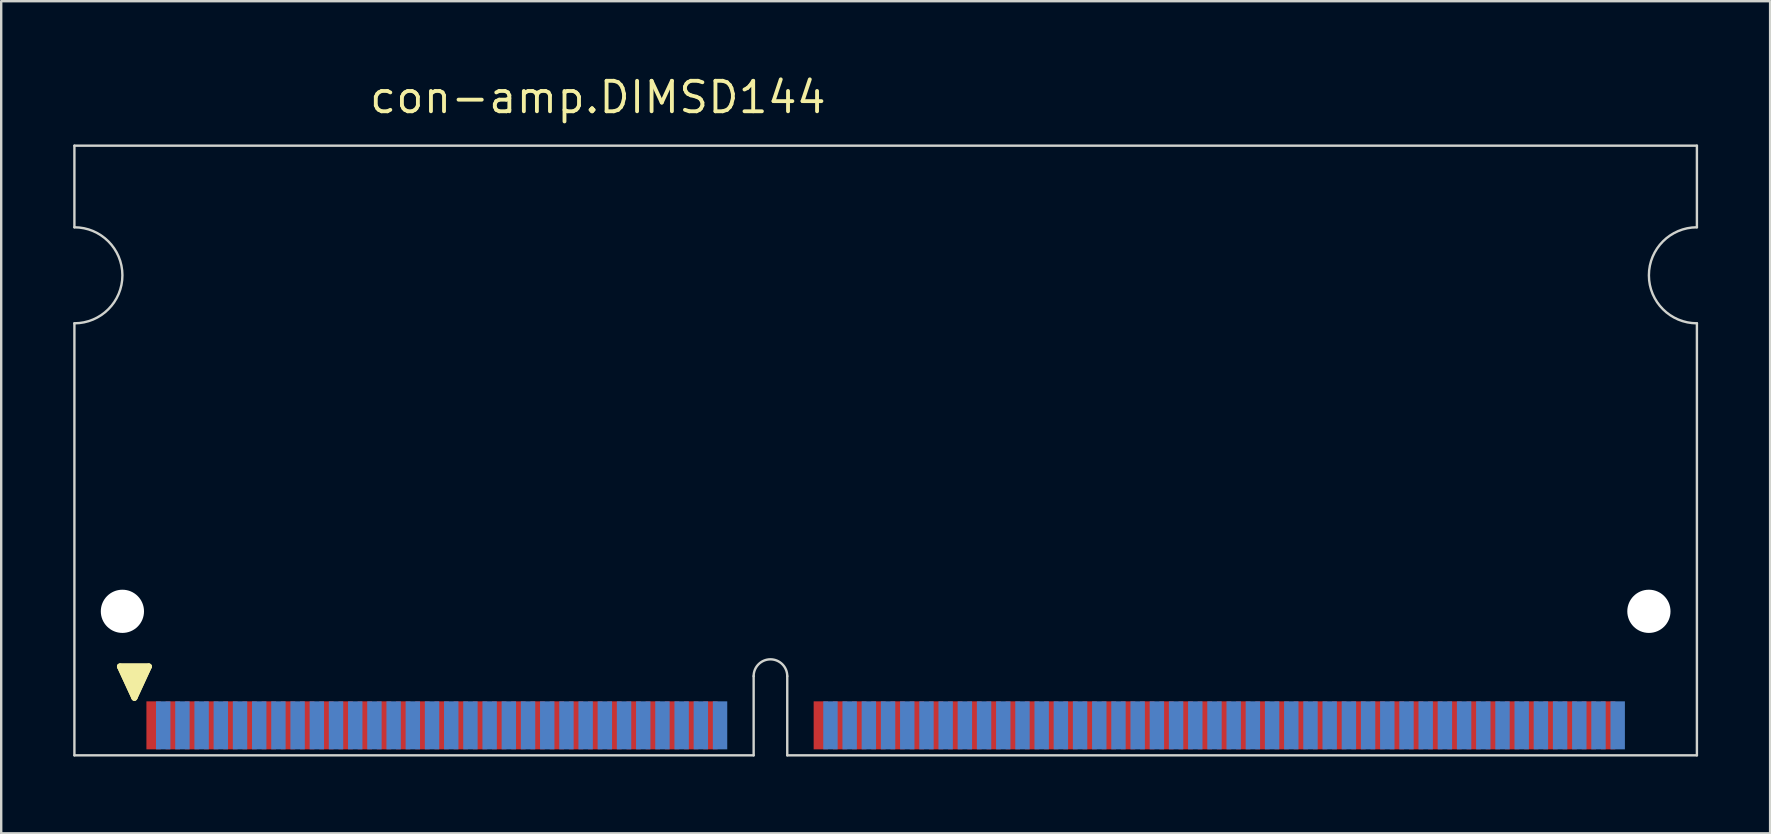
<source format=kicad_pcb>
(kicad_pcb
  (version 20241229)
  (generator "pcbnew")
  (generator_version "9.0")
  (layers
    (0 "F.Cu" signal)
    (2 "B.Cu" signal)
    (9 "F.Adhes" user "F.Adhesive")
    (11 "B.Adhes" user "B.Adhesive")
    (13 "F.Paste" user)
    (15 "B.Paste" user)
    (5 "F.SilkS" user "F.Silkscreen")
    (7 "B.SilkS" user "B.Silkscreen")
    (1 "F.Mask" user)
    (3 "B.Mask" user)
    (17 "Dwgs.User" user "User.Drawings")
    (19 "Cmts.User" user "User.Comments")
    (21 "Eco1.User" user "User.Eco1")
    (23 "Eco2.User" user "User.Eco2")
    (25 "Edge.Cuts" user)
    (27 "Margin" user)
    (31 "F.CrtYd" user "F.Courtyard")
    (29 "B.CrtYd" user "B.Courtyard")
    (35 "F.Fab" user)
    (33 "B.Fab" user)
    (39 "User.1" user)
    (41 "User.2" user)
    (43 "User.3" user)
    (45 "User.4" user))
  (footprint "con-amp.DIMSD144"
    (layer "F.Cu")
    (at 33.85 28.42)
    (property "Reference" "con-amp.DIMSD144" (at -21.59 -26.67 0) (layer "F.SilkS") (effects (font (size 1.27 1.27) (thickness 0.16)) (justify left bottom)))
    (attr smd)
    (fp_line (start -31.9 -3.7) (end -30.7 -3.7) (stroke (width 0.254) (type default)) (layer "F.SilkS"))
    (fp_line (start -31.3 -2.4) (end -31.9 -3.7) (stroke (width 0.254) (type default)) (layer "F.SilkS"))
    (fp_line (start -30.7 -3.7) (end -31.3 -2.4) (stroke (width 0.254) (type default)) (layer "F.SilkS"))
    (fp_poly (pts (xy -31.3 -2.4) (xy -31.9 -3.7) (xy -30.7 -3.7)) (stroke (width 0.254) (type default)) (fill yes) (layer "F.SilkS"))
    (fp_line (start -33.8 -25.4) (end -33.8 -22) (stroke (width 0.1) (type default)) (layer "Edge.Cuts"))
    (fp_line (start -33.8 -18) (end -33.8 0) (stroke (width 0.1) (type default)) (layer "Edge.Cuts"))
    (fp_line (start -33.8 0) (end -5.5 0) (stroke (width 0.1) (type default)) (layer "Edge.Cuts"))
    (fp_line (start -5.5 0) (end -5.5 -3.3) (stroke (width 0.1) (type default)) (layer "Edge.Cuts"))
    (fp_line (start -4.1 0) (end -4.1 -3.3) (stroke (width 0.1) (type default)) (layer "Edge.Cuts"))
    (fp_line (start -4.1 0) (end 33.8 0) (stroke (width 0.1) (type default)) (layer "Edge.Cuts"))
    (fp_line (start 33.8 -25.4) (end -33.8 -25.4) (stroke (width 0.1) (type default)) (layer "Edge.Cuts"))
    (fp_line (start 33.8 -22) (end 33.8 -25.4) (stroke (width 0.1) (type default)) (layer "Edge.Cuts"))
    (fp_line (start 33.8 0) (end 33.8 -18) (stroke (width 0.1) (type default)) (layer "Edge.Cuts"))
    (fp_arc (start -33.8 -22) (mid -31.8 -20) (end -33.8 -18) (stroke (width 0.1) (type default)) (layer "Edge.Cuts"))
    (fp_arc (start -5.5 -3.3) (mid -4.8 -4) (end -4.1 -3.3) (stroke (width 0.1) (type default)) (layer "Edge.Cuts"))
    (fp_arc (start 33.8 -18) (mid 31.8 -20) (end 33.8 -22) (stroke (width 0.1) (type default)) (layer "Edge.Cuts"))
    (pad "" np_thru_hole circle (at -31.8 -6) (size 1.8 1.8) (drill 1.8) (layers "*.Cu" "*.Mask"))
    (pad "" np_thru_hole circle (at 31.8 -6) (size 1.8 1.8) (drill 1.8) (layers "*.Cu" "*.Mask"))
    (pad "1" smd roundrect (at -30.5 -1.25) (size 0.6 2) (layers "F.Cu" "F.Mask" "F.Paste") (roundrect_rratio 0.01))
    (pad "2" smd roundrect (at -29.7 -1.25) (size 0.6 2) (layers "F.Cu" "F.Mask" "F.Paste") (roundrect_rratio 0.01))
    (pad "3" smd roundrect (at -28.9 -1.25) (size 0.6 2) (layers "F.Cu" "F.Mask" "F.Paste") (roundrect_rratio 0.01))
    (pad "4" smd roundrect (at -28.1 -1.25) (size 0.6 2) (layers "F.Cu" "F.Mask" "F.Paste") (roundrect_rratio 0.01))
    (pad "5" smd roundrect (at -27.3 -1.25) (size 0.6 2) (layers "F.Cu" "F.Mask" "F.Paste") (roundrect_rratio 0.01))
    (pad "6" smd roundrect (at -26.5 -1.25) (size 0.6 2) (layers "F.Cu" "F.Mask" "F.Paste") (roundrect_rratio 0.01))
    (pad "7" smd roundrect (at -25.7 -1.25) (size 0.6 2) (layers "F.Cu" "F.Mask" "F.Paste") (roundrect_rratio 0.01))
    (pad "8" smd roundrect (at -24.9 -1.25) (size 0.6 2) (layers "F.Cu" "F.Mask" "F.Paste") (roundrect_rratio 0.01))
    (pad "9" smd roundrect (at -24.1 -1.25) (size 0.6 2) (layers "F.Cu" "F.Mask" "F.Paste") (roundrect_rratio 0.01))
    (pad "10" smd roundrect (at -23.3 -1.25) (size 0.6 2) (layers "F.Cu" "F.Mask" "F.Paste") (roundrect_rratio 0.01))
    (pad "11" smd roundrect (at -22.5 -1.25) (size 0.6 2) (layers "F.Cu" "F.Mask" "F.Paste") (roundrect_rratio 0.01))
    (pad "12" smd roundrect (at -21.7 -1.25) (size 0.6 2) (layers "F.Cu" "F.Mask" "F.Paste") (roundrect_rratio 0.01))
    (pad "13" smd roundrect (at -20.9 -1.25) (size 0.6 2) (layers "F.Cu" "F.Mask" "F.Paste") (roundrect_rratio 0.01))
    (pad "14" smd roundrect (at -20.1 -1.25) (size 0.6 2) (layers "F.Cu" "F.Mask" "F.Paste") (roundrect_rratio 0.01))
    (pad "15" smd roundrect (at -19.3 -1.25) (size 0.6 2) (layers "F.Cu" "F.Mask" "F.Paste") (roundrect_rratio 0.01))
    (pad "16" smd roundrect (at -18.5 -1.25) (size 0.6 2) (layers "F.Cu" "F.Mask" "F.Paste") (roundrect_rratio 0.01))
    (pad "17" smd roundrect (at -17.7 -1.25) (size 0.6 2) (layers "F.Cu" "F.Mask" "F.Paste") (roundrect_rratio 0.01))
    (pad "18" smd roundrect (at -16.9 -1.25) (size 0.6 2) (layers "F.Cu" "F.Mask" "F.Paste") (roundrect_rratio 0.01))
    (pad "19" smd roundrect (at -16.1 -1.25) (size 0.6 2) (layers "F.Cu" "F.Mask" "F.Paste") (roundrect_rratio 0.01))
    (pad "20" smd roundrect (at -15.3 -1.25) (size 0.6 2) (layers "F.Cu" "F.Mask" "F.Paste") (roundrect_rratio 0.01))
    (pad "21" smd roundrect (at -14.5 -1.25) (size 0.6 2) (layers "F.Cu" "F.Mask" "F.Paste") (roundrect_rratio 0.01))
    (pad "22" smd roundrect (at -13.7 -1.25) (size 0.6 2) (layers "F.Cu" "F.Mask" "F.Paste") (roundrect_rratio 0.01))
    (pad "23" smd roundrect (at -12.9 -1.25) (size 0.6 2) (layers "F.Cu" "F.Mask" "F.Paste") (roundrect_rratio 0.01))
    (pad "24" smd roundrect (at -12.1 -1.25) (size 0.6 2) (layers "F.Cu" "F.Mask" "F.Paste") (roundrect_rratio 0.01))
    (pad "25" smd roundrect (at -11.3 -1.25) (size 0.6 2) (layers "F.Cu" "F.Mask" "F.Paste") (roundrect_rratio 0.01))
    (pad "26" smd roundrect (at -10.5 -1.25) (size 0.6 2) (layers "F.Cu" "F.Mask" "F.Paste") (roundrect_rratio 0.01))
    (pad "27" smd roundrect (at -9.7 -1.25) (size 0.6 2) (layers "F.Cu" "F.Mask" "F.Paste") (roundrect_rratio 0.01))
    (pad "28" smd roundrect (at -8.9 -1.25) (size 0.6 2) (layers "F.Cu" "F.Mask" "F.Paste") (roundrect_rratio 0.01))
    (pad "29" smd roundrect (at -8.1 -1.25) (size 0.6 2) (layers "F.Cu" "F.Mask" "F.Paste") (roundrect_rratio 0.01))
    (pad "30" smd roundrect (at -7.3 -1.25) (size 0.6 2) (layers "F.Cu" "F.Mask" "F.Paste") (roundrect_rratio 0.01))
    (pad "31" smd roundrect (at -2.7 -1.25) (size 0.6 2) (layers "F.Cu" "F.Mask" "F.Paste") (roundrect_rratio 0.01))
    (pad "32" smd roundrect (at -1.9 -1.25) (size 0.6 2) (layers "F.Cu" "F.Mask" "F.Paste") (roundrect_rratio 0.01))
    (pad "33" smd roundrect (at -1.1 -1.25) (size 0.6 2) (layers "F.Cu" "F.Mask" "F.Paste") (roundrect_rratio 0.01))
    (pad "34" smd roundrect (at -0.3 -1.25) (size 0.6 2) (layers "F.Cu" "F.Mask" "F.Paste") (roundrect_rratio 0.01))
    (pad "35" smd roundrect (at 0.5 -1.25) (size 0.6 2) (layers "F.Cu" "F.Mask" "F.Paste") (roundrect_rratio 0.01))
    (pad "36" smd roundrect (at 1.3 -1.25) (size 0.6 2) (layers "F.Cu" "F.Mask" "F.Paste") (roundrect_rratio 0.01))
    (pad "37" smd roundrect (at 2.1 -1.25) (size 0.6 2) (layers "F.Cu" "F.Mask" "F.Paste") (roundrect_rratio 0.01))
    (pad "38" smd roundrect (at 2.9 -1.25) (size 0.6 2) (layers "F.Cu" "F.Mask" "F.Paste") (roundrect_rratio 0.01))
    (pad "39" smd roundrect (at 3.7 -1.25) (size 0.6 2) (layers "F.Cu" "F.Mask" "F.Paste") (roundrect_rratio 0.01))
    (pad "40" smd roundrect (at 4.5 -1.25) (size 0.6 2) (layers "F.Cu" "F.Mask" "F.Paste") (roundrect_rratio 0.01))
    (pad "41" smd roundrect (at 5.3 -1.25) (size 0.6 2) (layers "F.Cu" "F.Mask" "F.Paste") (roundrect_rratio 0.01))
    (pad "42" smd roundrect (at 6.1 -1.25) (size 0.6 2) (layers "F.Cu" "F.Mask" "F.Paste") (roundrect_rratio 0.01))
    (pad "43" smd roundrect (at 6.9 -1.25) (size 0.6 2) (layers "F.Cu" "F.Mask" "F.Paste") (roundrect_rratio 0.01))
    (pad "44" smd roundrect (at 7.7 -1.25) (size 0.6 2) (layers "F.Cu" "F.Mask" "F.Paste") (roundrect_rratio 0.01))
    (pad "45" smd roundrect (at 8.5 -1.25) (size 0.6 2) (layers "F.Cu" "F.Mask" "F.Paste") (roundrect_rratio 0.01))
    (pad "46" smd roundrect (at 9.3 -1.25) (size 0.6 2) (layers "F.Cu" "F.Mask" "F.Paste") (roundrect_rratio 0.01))
    (pad "47" smd roundrect (at 10.1 -1.25) (size 0.6 2) (layers "F.Cu" "F.Mask" "F.Paste") (roundrect_rratio 0.01))
    (pad "48" smd roundrect (at 10.9 -1.25) (size 0.6 2) (layers "F.Cu" "F.Mask" "F.Paste") (roundrect_rratio 0.01))
    (pad "49" smd roundrect (at 11.7 -1.25) (size 0.6 2) (layers "F.Cu" "F.Mask" "F.Paste") (roundrect_rratio 0.01))
    (pad "50" smd roundrect (at 12.5 -1.25) (size 0.6 2) (layers "F.Cu" "F.Mask" "F.Paste") (roundrect_rratio 0.01))
    (pad "51" smd roundrect (at 13.3 -1.25) (size 0.6 2) (layers "F.Cu" "F.Mask" "F.Paste") (roundrect_rratio 0.01))
    (pad "52" smd roundrect (at 14.1 -1.25) (size 0.6 2) (layers "F.Cu" "F.Mask" "F.Paste") (roundrect_rratio 0.01))
    (pad "53" smd roundrect (at 14.9 -1.25) (size 0.6 2) (layers "F.Cu" "F.Mask" "F.Paste") (roundrect_rratio 0.01))
    (pad "54" smd roundrect (at 15.7 -1.25) (size 0.6 2) (layers "F.Cu" "F.Mask" "F.Paste") (roundrect_rratio 0.01))
    (pad "55" smd roundrect (at 16.5 -1.25) (size 0.6 2) (layers "F.Cu" "F.Mask" "F.Paste") (roundrect_rratio 0.01))
    (pad "56" smd roundrect (at 17.3 -1.25) (size 0.6 2) (layers "F.Cu" "F.Mask" "F.Paste") (roundrect_rratio 0.01))
    (pad "57" smd roundrect (at 18.1 -1.25) (size 0.6 2) (layers "F.Cu" "F.Mask" "F.Paste") (roundrect_rratio 0.01))
    (pad "58" smd roundrect (at 18.9 -1.25) (size 0.6 2) (layers "F.Cu" "F.Mask" "F.Paste") (roundrect_rratio 0.01))
    (pad "59" smd roundrect (at 19.7 -1.25) (size 0.6 2) (layers "F.Cu" "F.Mask" "F.Paste") (roundrect_rratio 0.01))
    (pad "60" smd roundrect (at 20.5 -1.25) (size 0.6 2) (layers "F.Cu" "F.Mask" "F.Paste") (roundrect_rratio 0.01))
    (pad "61" smd roundrect (at 21.3 -1.25) (size 0.6 2) (layers "F.Cu" "F.Mask" "F.Paste") (roundrect_rratio 0.01))
    (pad "62" smd roundrect (at 22.1 -1.25) (size 0.6 2) (layers "F.Cu" "F.Mask" "F.Paste") (roundrect_rratio 0.01))
    (pad "63" smd roundrect (at 22.9 -1.25) (size 0.6 2) (layers "F.Cu" "F.Mask" "F.Paste") (roundrect_rratio 0.01))
    (pad "64" smd roundrect (at 23.7 -1.25) (size 0.6 2) (layers "F.Cu" "F.Mask" "F.Paste") (roundrect_rratio 0.01))
    (pad "65" smd roundrect (at 24.5 -1.25) (size 0.6 2) (layers "F.Cu" "F.Mask" "F.Paste") (roundrect_rratio 0.01))
    (pad "66" smd roundrect (at 25.3 -1.25) (size 0.6 2) (layers "F.Cu" "F.Mask" "F.Paste") (roundrect_rratio 0.01))
    (pad "67" smd roundrect (at 26.1 -1.25) (size 0.6 2) (layers "F.Cu" "F.Mask" "F.Paste") (roundrect_rratio 0.01))
    (pad "68" smd roundrect (at 26.9 -1.25) (size 0.6 2) (layers "F.Cu" "F.Mask" "F.Paste") (roundrect_rratio 0.01))
    (pad "69" smd roundrect (at 27.7 -1.25) (size 0.6 2) (layers "F.Cu" "F.Mask" "F.Paste") (roundrect_rratio 0.01))
    (pad "70" smd roundrect (at 28.5 -1.25) (size 0.6 2) (layers "F.Cu" "F.Mask" "F.Paste") (roundrect_rratio 0.01))
    (pad "71" smd roundrect (at 29.3 -1.25) (size 0.6 2) (layers "F.Cu" "F.Mask" "F.Paste") (roundrect_rratio 0.01))
    (pad "72" smd roundrect (at 30.1 -1.25) (size 0.6 2) (layers "F.Cu" "F.Mask" "F.Paste") (roundrect_rratio 0.01))
    (pad "73" smd roundrect (at -30.1 -1.25) (size 0.6 2) (layers "B.Cu" "B.Mask" "B.Paste") (roundrect_rratio 0.01))
    (pad "74" smd roundrect (at -29.3 -1.25) (size 0.6 2) (layers "B.Cu" "B.Mask" "B.Paste") (roundrect_rratio 0.01))
    (pad "75" smd roundrect (at -28.5 -1.25) (size 0.6 2) (layers "B.Cu" "B.Mask" "B.Paste") (roundrect_rratio 0.01))
    (pad "76" smd roundrect (at -27.7 -1.25) (size 0.6 2) (layers "B.Cu" "B.Mask" "B.Paste") (roundrect_rratio 0.01))
    (pad "77" smd roundrect (at -26.9 -1.25) (size 0.6 2) (layers "B.Cu" "B.Mask" "B.Paste") (roundrect_rratio 0.01))
    (pad "78" smd roundrect (at -26.1 -1.25) (size 0.6 2) (layers "B.Cu" "B.Mask" "B.Paste") (roundrect_rratio 0.01))
    (pad "79" smd roundrect (at -25.3 -1.25) (size 0.6 2) (layers "B.Cu" "B.Mask" "B.Paste") (roundrect_rratio 0.01))
    (pad "80" smd roundrect (at -24.5 -1.25) (size 0.6 2) (layers "B.Cu" "B.Mask" "B.Paste") (roundrect_rratio 0.01))
    (pad "81" smd roundrect (at -23.7 -1.25) (size 0.6 2) (layers "B.Cu" "B.Mask" "B.Paste") (roundrect_rratio 0.01))
    (pad "82" smd roundrect (at -22.9 -1.25) (size 0.6 2) (layers "B.Cu" "B.Mask" "B.Paste") (roundrect_rratio 0.01))
    (pad "83" smd roundrect (at -22.1 -1.25) (size 0.6 2) (layers "B.Cu" "B.Mask" "B.Paste") (roundrect_rratio 0.01))
    (pad "84" smd roundrect (at -21.3 -1.25) (size 0.6 2) (layers "B.Cu" "B.Mask" "B.Paste") (roundrect_rratio 0.01))
    (pad "85" smd roundrect (at -20.5 -1.25) (size 0.6 2) (layers "B.Cu" "B.Mask" "B.Paste") (roundrect_rratio 0.01))
    (pad "86" smd roundrect (at -19.7 -1.25) (size 0.6 2) (layers "B.Cu" "B.Mask" "B.Paste") (roundrect_rratio 0.01))
    (pad "87" smd roundrect (at -18.9 -1.25) (size 0.6 2) (layers "B.Cu" "B.Mask" "B.Paste") (roundrect_rratio 0.01))
    (pad "88" smd roundrect (at -18.1 -1.25) (size 0.6 2) (layers "B.Cu" "B.Mask" "B.Paste") (roundrect_rratio 0.01))
    (pad "89" smd roundrect (at -17.3 -1.25) (size 0.6 2) (layers "B.Cu" "B.Mask" "B.Paste") (roundrect_rratio 0.01))
    (pad "90" smd roundrect (at -16.5 -1.25) (size 0.6 2) (layers "B.Cu" "B.Mask" "B.Paste") (roundrect_rratio 0.01))
    (pad "91" smd roundrect (at -15.7 -1.25) (size 0.6 2) (layers "B.Cu" "B.Mask" "B.Paste") (roundrect_rratio 0.01))
    (pad "92" smd roundrect (at -14.9 -1.25) (size 0.6 2) (layers "B.Cu" "B.Mask" "B.Paste") (roundrect_rratio 0.01))
    (pad "93" smd roundrect (at -14.1 -1.25) (size 0.6 2) (layers "B.Cu" "B.Mask" "B.Paste") (roundrect_rratio 0.01))
    (pad "94" smd roundrect (at -13.3 -1.25) (size 0.6 2) (layers "B.Cu" "B.Mask" "B.Paste") (roundrect_rratio 0.01))
    (pad "95" smd roundrect (at -12.5 -1.25) (size 0.6 2) (layers "B.Cu" "B.Mask" "B.Paste") (roundrect_rratio 0.01))
    (pad "96" smd roundrect (at -11.7 -1.25) (size 0.6 2) (layers "B.Cu" "B.Mask" "B.Paste") (roundrect_rratio 0.01))
    (pad "97" smd roundrect (at -10.9 -1.25) (size 0.6 2) (layers "B.Cu" "B.Mask" "B.Paste") (roundrect_rratio 0.01))
    (pad "98" smd roundrect (at -10.1 -1.25) (size 0.6 2) (layers "B.Cu" "B.Mask" "B.Paste") (roundrect_rratio 0.01))
    (pad "99" smd roundrect (at -9.3 -1.25) (size 0.6 2) (layers "B.Cu" "B.Mask" "B.Paste") (roundrect_rratio 0.01))
    (pad "100" smd roundrect (at -8.5 -1.25) (size 0.6 2) (layers "B.Cu" "B.Mask" "B.Paste") (roundrect_rratio 0.01))
    (pad "101" smd roundrect (at -7.7 -1.25) (size 0.6 2) (layers "B.Cu" "B.Mask" "B.Paste") (roundrect_rratio 0.01))
    (pad "102" smd roundrect (at -6.9 -1.25) (size 0.6 2) (layers "B.Cu" "B.Mask" "B.Paste") (roundrect_rratio 0.01))
    (pad "103" smd roundrect (at -2.3 -1.25) (size 0.6 2) (layers "B.Cu" "B.Mask" "B.Paste") (roundrect_rratio 0.01))
    (pad "104" smd roundrect (at -1.5 -1.25) (size 0.6 2) (layers "B.Cu" "B.Mask" "B.Paste") (roundrect_rratio 0.01))
    (pad "105" smd roundrect (at -0.7 -1.25) (size 0.6 2) (layers "B.Cu" "B.Mask" "B.Paste") (roundrect_rratio 0.01))
    (pad "106" smd roundrect (at 0.1 -1.25) (size 0.6 2) (layers "B.Cu" "B.Mask" "B.Paste") (roundrect_rratio 0.01))
    (pad "107" smd roundrect (at 0.9 -1.25) (size 0.6 2) (layers "B.Cu" "B.Mask" "B.Paste") (roundrect_rratio 0.01))
    (pad "108" smd roundrect (at 1.7 -1.25) (size 0.6 2) (layers "B.Cu" "B.Mask" "B.Paste") (roundrect_rratio 0.01))
    (pad "109" smd roundrect (at 2.5 -1.25) (size 0.6 2) (layers "B.Cu" "B.Mask" "B.Paste") (roundrect_rratio 0.01))
    (pad "110" smd roundrect (at 3.3 -1.25) (size 0.6 2) (layers "B.Cu" "B.Mask" "B.Paste") (roundrect_rratio 0.01))
    (pad "111" smd roundrect (at 4.1 -1.25) (size 0.6 2) (layers "B.Cu" "B.Mask" "B.Paste") (roundrect_rratio 0.01))
    (pad "112" smd roundrect (at 4.9 -1.25) (size 0.6 2) (layers "B.Cu" "B.Mask" "B.Paste") (roundrect_rratio 0.01))
    (pad "113" smd roundrect (at 5.7 -1.25) (size 0.6 2) (layers "B.Cu" "B.Mask" "B.Paste") (roundrect_rratio 0.01))
    (pad "114" smd roundrect (at 6.5 -1.25) (size 0.6 2) (layers "B.Cu" "B.Mask" "B.Paste") (roundrect_rratio 0.01))
    (pad "115" smd roundrect (at 7.3 -1.25) (size 0.6 2) (layers "B.Cu" "B.Mask" "B.Paste") (roundrect_rratio 0.01))
    (pad "116" smd roundrect (at 8.1 -1.25) (size 0.6 2) (layers "B.Cu" "B.Mask" "B.Paste") (roundrect_rratio 0.01))
    (pad "117" smd roundrect (at 8.9 -1.25) (size 0.6 2) (layers "B.Cu" "B.Mask" "B.Paste") (roundrect_rratio 0.01))
    (pad "118" smd roundrect (at 9.7 -1.25) (size 0.6 2) (layers "B.Cu" "B.Mask" "B.Paste") (roundrect_rratio 0.01))
    (pad "119" smd roundrect (at 10.5 -1.25) (size 0.6 2) (layers "B.Cu" "B.Mask" "B.Paste") (roundrect_rratio 0.01))
    (pad "120" smd roundrect (at 11.3 -1.25) (size 0.6 2) (layers "B.Cu" "B.Mask" "B.Paste") (roundrect_rratio 0.01))
    (pad "121" smd roundrect (at 12.1 -1.25) (size 0.6 2) (layers "B.Cu" "B.Mask" "B.Paste") (roundrect_rratio 0.01))
    (pad "122" smd roundrect (at 12.9 -1.25) (size 0.6 2) (layers "B.Cu" "B.Mask" "B.Paste") (roundrect_rratio 0.01))
    (pad "123" smd roundrect (at 13.7 -1.25) (size 0.6 2) (layers "B.Cu" "B.Mask" "B.Paste") (roundrect_rratio 0.01))
    (pad "124" smd roundrect (at 14.5 -1.25) (size 0.6 2) (layers "B.Cu" "B.Mask" "B.Paste") (roundrect_rratio 0.01))
    (pad "125" smd roundrect (at 15.3 -1.25) (size 0.6 2) (layers "B.Cu" "B.Mask" "B.Paste") (roundrect_rratio 0.01))
    (pad "126" smd roundrect (at 16.1 -1.25) (size 0.6 2) (layers "B.Cu" "B.Mask" "B.Paste") (roundrect_rratio 0.01))
    (pad "127" smd roundrect (at 16.9 -1.25) (size 0.6 2) (layers "B.Cu" "B.Mask" "B.Paste") (roundrect_rratio 0.01))
    (pad "128" smd roundrect (at 17.7 -1.25) (size 0.6 2) (layers "B.Cu" "B.Mask" "B.Paste") (roundrect_rratio 0.01))
    (pad "129" smd roundrect (at 18.5 -1.25) (size 0.6 2) (layers "B.Cu" "B.Mask" "B.Paste") (roundrect_rratio 0.01))
    (pad "130" smd roundrect (at 19.3 -1.25) (size 0.6 2) (layers "B.Cu" "B.Mask" "B.Paste") (roundrect_rratio 0.01))
    (pad "131" smd roundrect (at 20.1 -1.25) (size 0.6 2) (layers "B.Cu" "B.Mask" "B.Paste") (roundrect_rratio 0.01))
    (pad "132" smd roundrect (at 20.9 -1.25) (size 0.6 2) (layers "B.Cu" "B.Mask" "B.Paste") (roundrect_rratio 0.01))
    (pad "133" smd roundrect (at 21.7 -1.25) (size 0.6 2) (layers "B.Cu" "B.Mask" "B.Paste") (roundrect_rratio 0.01))
    (pad "134" smd roundrect (at 22.5 -1.25) (size 0.6 2) (layers "B.Cu" "B.Mask" "B.Paste") (roundrect_rratio 0.01))
    (pad "135" smd roundrect (at 23.3 -1.25) (size 0.6 2) (layers "B.Cu" "B.Mask" "B.Paste") (roundrect_rratio 0.01))
    (pad "136" smd roundrect (at 24.1 -1.25) (size 0.6 2) (layers "B.Cu" "B.Mask" "B.Paste") (roundrect_rratio 0.01))
    (pad "137" smd roundrect (at 24.9 -1.25) (size 0.6 2) (layers "B.Cu" "B.Mask" "B.Paste") (roundrect_rratio 0.01))
    (pad "138" smd roundrect (at 25.7 -1.25) (size 0.6 2) (layers "B.Cu" "B.Mask" "B.Paste") (roundrect_rratio 0.01))
    (pad "139" smd roundrect (at 26.5 -1.25) (size 0.6 2) (layers "B.Cu" "B.Mask" "B.Paste") (roundrect_rratio 0.01))
    (pad "140" smd roundrect (at 27.3 -1.25) (size 0.6 2) (layers "B.Cu" "B.Mask" "B.Paste") (roundrect_rratio 0.01))
    (pad "141" smd roundrect (at 28.1 -1.25) (size 0.6 2) (layers "B.Cu" "B.Mask" "B.Paste") (roundrect_rratio 0.01))
    (pad "142" smd roundrect (at 28.9 -1.25) (size 0.6 2) (layers "B.Cu" "B.Mask" "B.Paste") (roundrect_rratio 0.01))
    (pad "143" smd roundrect (at 29.7 -1.25) (size 0.6 2) (layers "B.Cu" "B.Mask" "B.Paste") (roundrect_rratio 0.01))
    (pad "144" smd roundrect (at 30.5 -1.25) (size 0.6 2) (layers "B.Cu" "B.Mask" "B.Paste") (roundrect_rratio 0.01)))
  (gr_rect
    (start -3 -3)
    (end 70.7 31.67)
    (stroke (width 0.1) (type default))
    (fill no)
    (layer "Edge.Cuts")))
</source>
